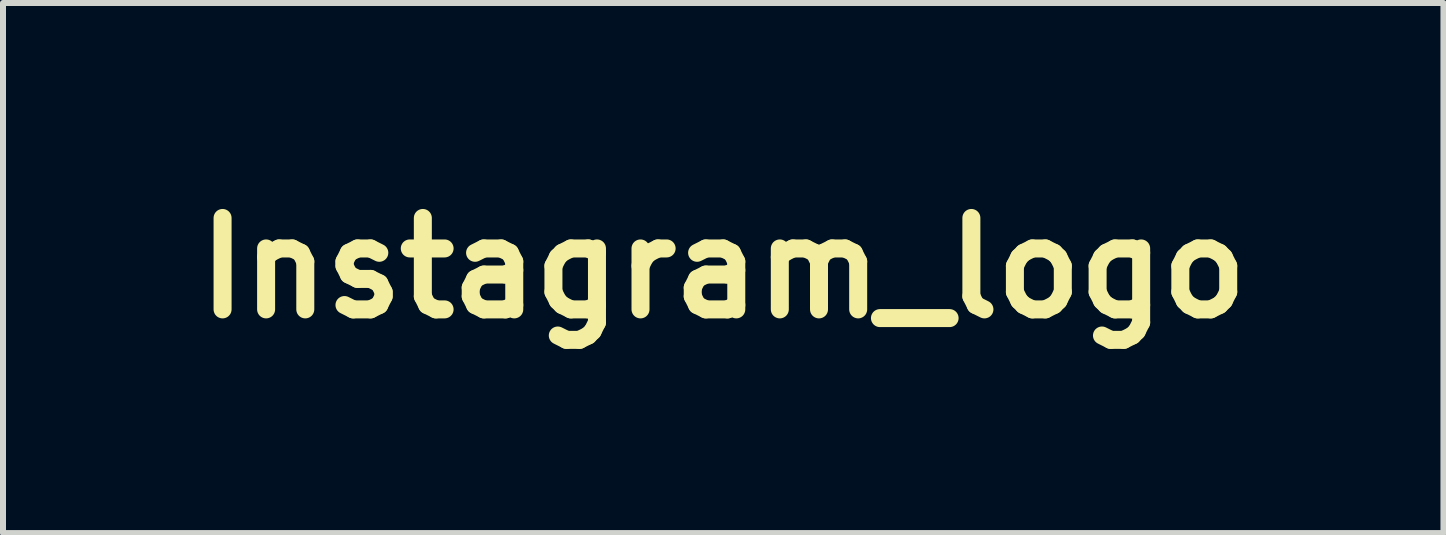
<source format=kicad_pcb>
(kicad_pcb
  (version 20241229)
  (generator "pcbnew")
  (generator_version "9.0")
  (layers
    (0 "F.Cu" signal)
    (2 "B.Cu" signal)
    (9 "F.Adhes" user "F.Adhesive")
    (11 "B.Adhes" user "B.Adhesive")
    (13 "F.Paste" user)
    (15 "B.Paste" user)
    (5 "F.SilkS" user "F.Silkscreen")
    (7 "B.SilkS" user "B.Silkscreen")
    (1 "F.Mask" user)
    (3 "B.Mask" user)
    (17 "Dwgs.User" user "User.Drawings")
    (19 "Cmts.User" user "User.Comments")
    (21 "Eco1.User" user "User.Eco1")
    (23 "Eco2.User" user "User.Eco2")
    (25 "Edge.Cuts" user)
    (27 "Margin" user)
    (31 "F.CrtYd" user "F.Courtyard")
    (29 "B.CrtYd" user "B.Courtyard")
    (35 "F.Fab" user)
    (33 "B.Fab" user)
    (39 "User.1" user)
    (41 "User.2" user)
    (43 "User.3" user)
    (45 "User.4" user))
  (footprint "Instagram_logo"
    (layer "F.Cu")
    (at 9.006 1.418)
    (property "Reference" "Instagram_logo" (at 0 0 0) (layer "F.SilkS") (effects (font (size 1.524 1.524) (thickness 0.3))))
    (attr through_hole)
    (fp_poly (pts (xy 0.745 -0.858) (xy 0.778 -0.844) (xy 0.808 -0.824) (xy 0.833 -0.797) (xy 0.852 -0.764) (xy 0.864 -0.725) (xy 0.864 -0.723) (xy 0.866 -0.686) (xy 0.859 -0.649) (xy 0.844 -0.614) (xy 0.822 -0.583) (xy 0.793 -0.557) (xy 0.76 -0.539) (xy 0.752 -0.536) (xy 0.724 -0.53) (xy 0.691 -0.529) (xy 0.658 -0.533) (xy 0.637 -0.539) (xy 0.603 -0.557) (xy 0.575 -0.582) (xy 0.553 -0.613) (xy 0.538 -0.648) (xy 0.53 -0.685) (xy 0.532 -0.723) (xy 0.533 -0.732) (xy 0.541 -0.759) (xy 0.551 -0.78) (xy 0.566 -0.801) (xy 0.576 -0.811) (xy 0.606 -0.837) (xy 0.639 -0.855) (xy 0.674 -0.864) (xy 0.71 -0.865) (xy 0.745 -0.858)) (stroke (width 0.01) (type solid)) (fill yes) (layer "F.Mask"))
    (fp_poly (pts (xy 0.083 -0.665) (xy 0.163 -0.65) (xy 0.236 -0.627) (xy 0.309 -0.595) (xy 0.377 -0.553) (xy 0.44 -0.504) (xy 0.497 -0.448) (xy 0.547 -0.387) (xy 0.589 -0.319) (xy 0.623 -0.247) (xy 0.648 -0.172) (xy 0.648 -0.171) (xy 0.664 -0.091) (xy 0.67 -0.012) (xy 0.667 0.067) (xy 0.654 0.144) (xy 0.633 0.218) (xy 0.604 0.289) (xy 0.567 0.357) (xy 0.522 0.42) (xy 0.47 0.477) (xy 0.412 0.529) (xy 0.347 0.574) (xy 0.276 0.611) (xy 0.236 0.627) (xy 0.166 0.649) (xy 0.092 0.663) (xy 0.017 0.67) (xy -0.056 0.668) (xy -0.099 0.663) (xy -0.179 0.645) (xy -0.255 0.619) (xy -0.327 0.584) (xy -0.393 0.542) (xy -0.453 0.493) (xy -0.507 0.438) (xy -0.554 0.376) (xy -0.594 0.31) (xy -0.626 0.239) (xy -0.65 0.164) (xy -0.665 0.086) (xy -0.67 0.005) (xy -0.67 0) (xy -0.434 0) (xy -0.434 0.032) (xy -0.433 0.056) (xy -0.432 0.074) (xy -0.43 0.089) (xy -0.427 0.104) (xy -0.422 0.119) (xy -0.42 0.127) (xy -0.402 0.175) (xy -0.381 0.216) (xy -0.357 0.254) (xy -0.33 0.287) (xy -0.285 0.332) (xy -0.233 0.37) (xy -0.176 0.4) (xy -0.115 0.423) (xy -0.081 0.432) (xy -0.067 0.433) (xy -0.046 0.434) (xy -0.021 0.435) (xy 0.007 0.435) (xy 0.013 0.435) (xy 0.043 0.434) (xy 0.066 0.432) (xy 0.085 0.43) (xy 0.102 0.426) (xy 0.122 0.421) (xy 0.132 0.417) (xy 0.195 0.392) (xy 0.251 0.358) (xy 0.302 0.316) (xy 0.346 0.268) (xy 0.382 0.212) (xy 0.411 0.151) (xy 0.418 0.132) (xy 0.424 0.114) (xy 0.428 0.098) (xy 0.431 0.084) (xy 0.433 0.068) (xy 0.434 0.049) (xy 0.434 0.023) (xy 0.434 0) (xy 0.434 -0.031) (xy 0.433 -0.055) (xy 0.432 -0.073) (xy 0.43 -0.088) (xy 0.427 -0.103) (xy 0.422 -0.119) (xy 0.418 -0.132) (xy 0.391 -0.195) (xy 0.357 -0.253) (xy 0.315 -0.304) (xy 0.264 -0.348) (xy 0.218 -0.379) (xy 0.195 -0.391) (xy 0.168 -0.404) (xy 0.14 -0.415) (xy 0.132 -0.418) (xy 0.114 -0.424) (xy 0.098 -0.428) (xy 0.084 -0.431) (xy 0.068 -0.433) (xy 0.049 -0.434) (xy 0.023 -0.434) (xy 0 -0.434) (xy -0.031 -0.434) (xy -0.055 -0.433) (xy -0.073 -0.432) (xy -0.088 -0.43) (xy -0.103 -0.427) (xy -0.119 -0.422) (xy -0.132 -0.418) (xy -0.193 -0.392) (xy -0.25 -0.359) (xy -0.3 -0.319) (xy -0.33 -0.287) (xy -0.36 -0.25) (xy -0.384 -0.212) (xy -0.404 -0.17) (xy -0.42 -0.127) (xy -0.425 -0.11) (xy -0.429 -0.096) (xy -0.431 -0.081) (xy -0.433 -0.064) (xy -0.434 -0.043) (xy -0.434 -0.015) (xy -0.434 0) (xy -0.67 0) (xy -0.665 -0.081) (xy -0.651 -0.159) (xy -0.627 -0.234) (xy -0.595 -0.306) (xy -0.555 -0.374) (xy -0.508 -0.436) (xy -0.453 -0.493) (xy -0.392 -0.543) (xy -0.325 -0.586) (xy -0.252 -0.621) (xy -0.236 -0.627) (xy -0.158 -0.651) (xy -0.078 -0.665) (xy 0.002 -0.67) (xy 0.083 -0.665)) (stroke (width 0.01) (type solid)) (fill yes) (layer "F.Mask"))
    (fp_poly (pts (xy 0.073 -1.301) (xy 0.147 -1.301) (xy 0.219 -1.301) (xy 0.289 -1.301) (xy 0.356 -1.3) (xy 0.419 -1.3) (xy 0.477 -1.299) (xy 0.53 -1.298) (xy 0.576 -1.297) (xy 0.616 -1.296) (xy 0.647 -1.295) (xy 0.671 -1.294) (xy 0.684 -1.293) (xy 0.685 -1.293) (xy 0.768 -1.276) (xy 0.848 -1.249) (xy 0.923 -1.214) (xy 0.993 -1.171) (xy 1.057 -1.121) (xy 1.114 -1.064) (xy 1.166 -1.001) (xy 1.209 -0.931) (xy 1.245 -0.857) (xy 1.273 -0.778) (xy 1.291 -0.695) (xy 1.293 -0.685) (xy 1.294 -0.671) (xy 1.295 -0.648) (xy 1.296 -0.617) (xy 1.297 -0.578) (xy 1.298 -0.531) (xy 1.299 -0.479) (xy 1.3 -0.421) (xy 1.3 -0.358) (xy 1.301 -0.291) (xy 1.301 -0.222) (xy 1.301 -0.15) (xy 1.301 -0.076) (xy 1.301 -0.001) (xy 1.301 0.073) (xy 1.301 0.147) (xy 1.301 0.219) (xy 1.301 0.289) (xy 1.3 0.356) (xy 1.3 0.419) (xy 1.299 0.477) (xy 1.298 0.53) (xy 1.297 0.576) (xy 1.296 0.616) (xy 1.295 0.647) (xy 1.294 0.671) (xy 1.293 0.684) (xy 1.293 0.685) (xy 1.276 0.768) (xy 1.249 0.848) (xy 1.214 0.923) (xy 1.171 0.993) (xy 1.121 1.057) (xy 1.064 1.114) (xy 1.001 1.166) (xy 0.931 1.209) (xy 0.857 1.245) (xy 0.778 1.273) (xy 0.695 1.291) (xy 0.685 1.293) (xy 0.672 1.294) (xy 0.65 1.295) (xy 0.619 1.296) (xy 0.581 1.297) (xy 0.535 1.298) (xy 0.484 1.298) (xy 0.426 1.299) (xy 0.364 1.299) (xy 0.298 1.3) (xy 0.229 1.3) (xy 0.157 1.3) (xy 0.084 1.301) (xy 0.01 1.301) (xy -0.064 1.301) (xy -0.138 1.3) (xy -0.21 1.3) (xy -0.28 1.3) (xy -0.347 1.3) (xy -0.411 1.299) (xy -0.47 1.298) (xy -0.523 1.298) (xy -0.571 1.297) (xy -0.611 1.296) (xy -0.645 1.295) (xy -0.669 1.294) (xy -0.685 1.293) (xy -0.688 1.293) (xy -0.772 1.275) (xy -0.852 1.247) (xy -0.927 1.211) (xy -0.997 1.168) (xy -1.062 1.117) (xy -1.12 1.058) (xy -1.171 0.994) (xy -1.214 0.923) (xy -1.25 0.846) (xy -1.272 0.78) (xy -1.276 0.766) (xy -1.28 0.753) (xy -1.283 0.741) (xy -1.286 0.728) (xy -1.289 0.714) (xy -1.291 0.7) (xy -1.293 0.683) (xy -1.294 0.664) (xy -1.296 0.641) (xy -1.297 0.615) (xy -1.298 0.585) (xy -1.299 0.55) (xy -1.299 0.509) (xy -1.3 0.463) (xy -1.3 0.41) (xy -1.3 0.35) (xy -1.3 0.282) (xy -1.3 0.206) (xy -1.3 0.121) (xy -1.3 0.026) (xy -1.3 -0.000001) (xy -1.3 -0.096) (xy -1.3 -0.183) (xy -1.3 -0.26) (xy -1.3 -0.329) (xy -1.3 -0.39) (xy -1.3 -0.444) (xy -1.299 -0.49) (xy -1.299 -0.531) (xy -1.299 -0.565) (xy -1.298 -0.594) (xy -1.297 -0.618) (xy -1.297 -0.638) (xy -1.296 -0.654) (xy -1.295 -0.668) (xy -1.295 -0.668) (xy -1.064 -0.668) (xy -1.064 0.668) (xy -1.053 0.708) (xy -1.028 0.776) (xy -0.995 0.838) (xy -0.955 0.895) (xy -0.907 0.944) (xy -0.852 0.987) (xy -0.812 1.011) (xy -0.775 1.028) (xy -0.736 1.043) (xy -0.696 1.055) (xy -0.67 1.061) (xy -0.661 1.062) (xy -0.643 1.062) (xy -0.616 1.063) (xy -0.581 1.063) (xy -0.537 1.064) (xy -0.487 1.064) (xy -0.43 1.064) (xy -0.366 1.065) (xy -0.298 1.065) (xy -0.224 1.065) (xy -0.146 1.065) (xy -0.065 1.065) (xy 0.015 1.065) (xy 0.673 1.064) (xy 0.711 1.053) (xy 0.78 1.027) (xy 0.842 0.993) (xy 0.898 0.951) (xy 0.947 0.903) (xy 0.989 0.847) (xy 1.023 0.786) (xy 1.049 0.719) (xy 1.053 0.708) (xy 1.064 0.668) (xy 1.064 -0.668) (xy 1.053 -0.708) (xy 1.028 -0.776) (xy 0.995 -0.839) (xy 0.954 -0.895) (xy 0.906 -0.944) (xy 0.851 -0.987) (xy 0.79 -1.021) (xy 0.723 -1.048) (xy 0.708 -1.053) (xy 0.668 -1.064) (xy -0.668 -1.064) (xy -0.708 -1.053) (xy -0.776 -1.028) (xy -0.838 -0.995) (xy -0.894 -0.954) (xy -0.944 -0.906) (xy -0.986 -0.852) (xy -1.021 -0.791) (xy -1.048 -0.725) (xy -1.053 -0.709) (xy -1.064 -0.668) (xy -1.295 -0.668) (xy -1.294 -0.678) (xy -1.293 -0.685) (xy -1.276 -0.768) (xy -1.249 -0.848) (xy -1.214 -0.923) (xy -1.171 -0.993) (xy -1.121 -1.057) (xy -1.064 -1.114) (xy -1.001 -1.166) (xy -0.931 -1.209) (xy -0.857 -1.245) (xy -0.778 -1.273) (xy -0.695 -1.291) (xy -0.685 -1.293) (xy -0.671 -1.294) (xy -0.648 -1.295) (xy -0.617 -1.296) (xy -0.578 -1.297) (xy -0.531 -1.298) (xy -0.479 -1.299) (xy -0.421 -1.3) (xy -0.358 -1.3) (xy -0.291 -1.301) (xy -0.222 -1.301) (xy -0.15 -1.301) (xy -0.076 -1.301) (xy -0.001 -1.301) (xy 0.073 -1.301)) (stroke (width 0.01) (type solid)) (fill yes) (layer "F.Mask")))
  (gr_rect
    (start -3 -3)
    (end 21.012 5.836)
    (stroke (width 0.1) (type default))
    (fill no)
    (layer "Edge.Cuts")))
</source>
